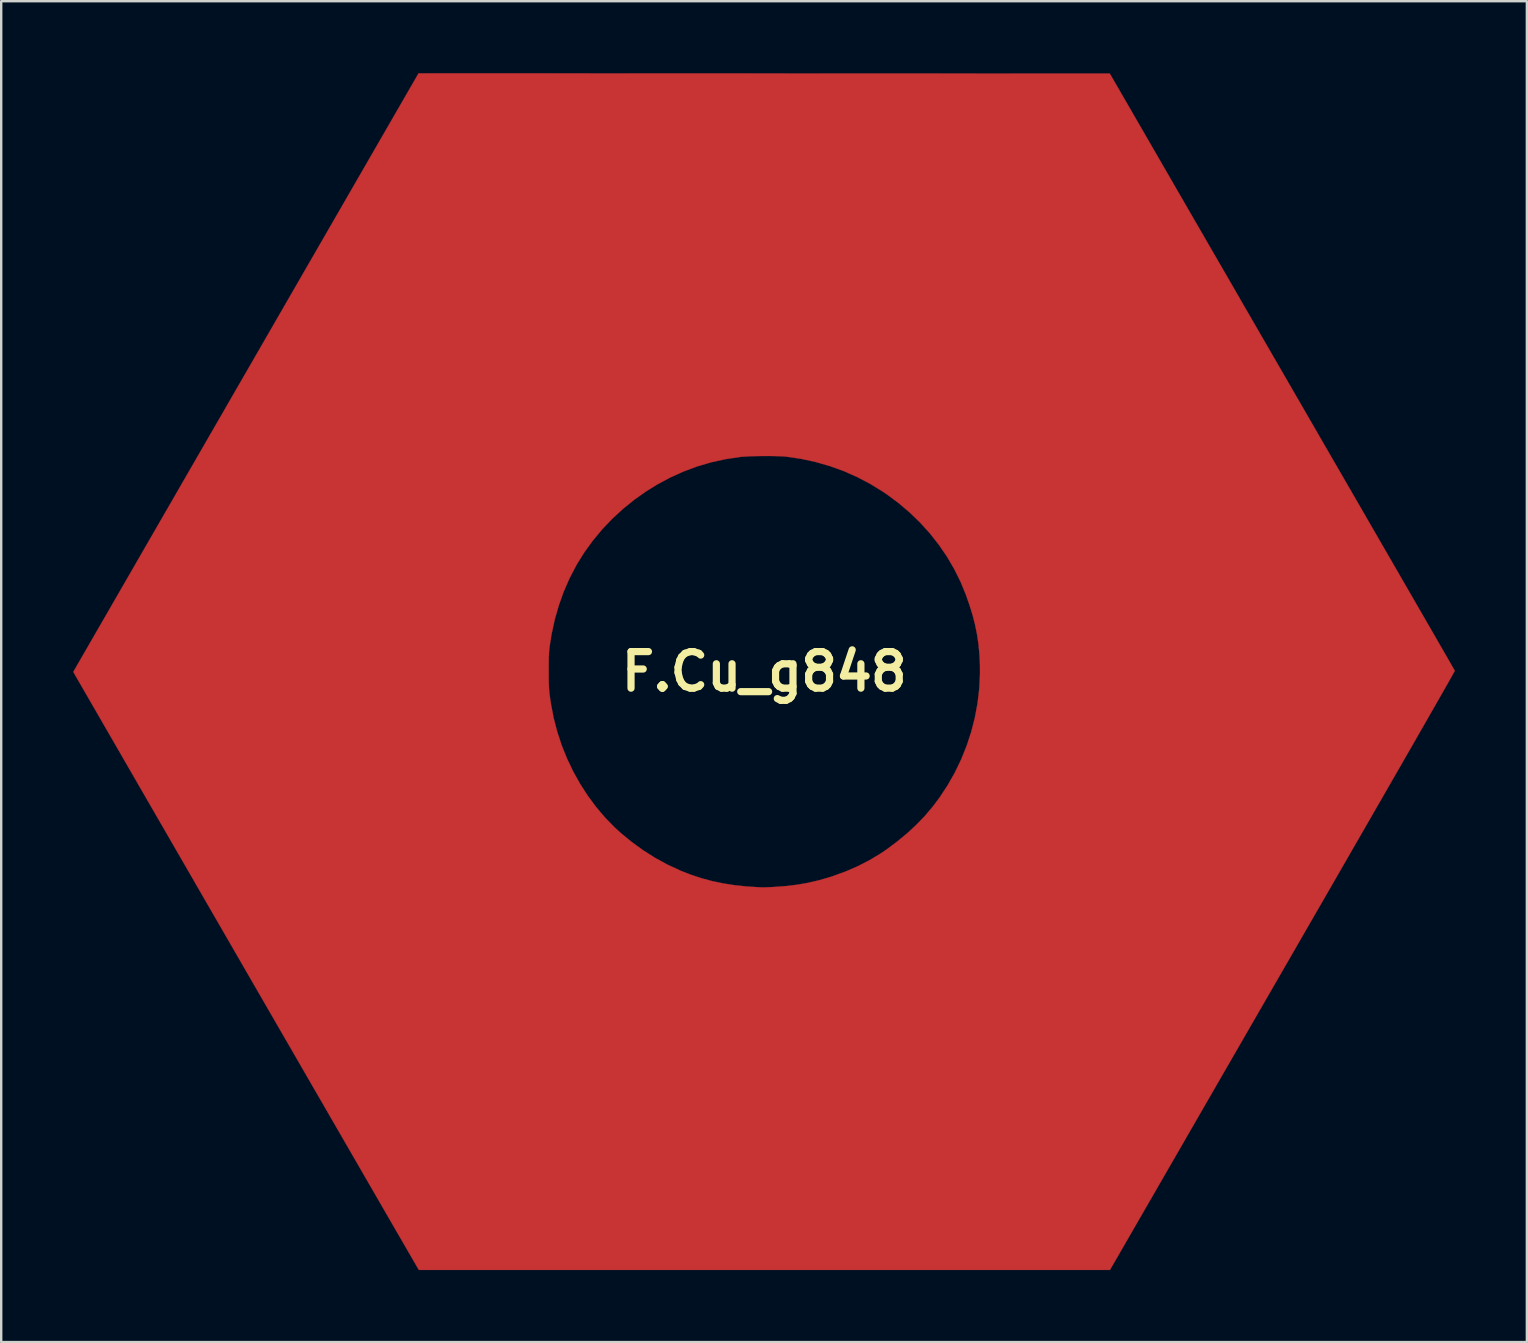
<source format=kicad_pcb>
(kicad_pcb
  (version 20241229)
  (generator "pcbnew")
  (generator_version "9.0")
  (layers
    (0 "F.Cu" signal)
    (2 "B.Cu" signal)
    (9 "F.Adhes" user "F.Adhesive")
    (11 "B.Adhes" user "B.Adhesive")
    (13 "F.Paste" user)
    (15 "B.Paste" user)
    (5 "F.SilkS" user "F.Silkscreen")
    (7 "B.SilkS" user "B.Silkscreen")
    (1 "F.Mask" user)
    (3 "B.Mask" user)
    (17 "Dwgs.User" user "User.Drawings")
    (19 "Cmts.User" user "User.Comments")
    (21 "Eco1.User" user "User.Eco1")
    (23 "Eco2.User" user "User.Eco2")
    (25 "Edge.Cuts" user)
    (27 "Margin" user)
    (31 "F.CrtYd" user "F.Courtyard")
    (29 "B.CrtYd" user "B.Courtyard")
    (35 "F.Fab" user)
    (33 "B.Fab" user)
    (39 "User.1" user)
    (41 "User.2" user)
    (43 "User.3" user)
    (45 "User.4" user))
  (footprint "F.Cu_g848"
    (layer "F.Cu")
    (at 28.799 24.939)
    (property "Reference" "F.Cu_g848" (at 0 0 0) (layer "F.SilkS") (effects (font (size 1.524 1.524) (thickness 0.3))))
    (attr through_hole)
    (fp_poly (pts (xy -0.003 -24.929) (xy 14.4 -24.924) (xy 17.831 -18.986) (xy 18.132 -18.467) (xy 18.451 -17.914) (xy 18.788 -17.331) (xy 19.14 -16.723) (xy 19.505 -16.092) (xy 19.88 -15.441) (xy 20.265 -14.775) (xy 20.657 -14.097) (xy 21.054 -13.411) (xy 21.454 -12.719) (xy 21.854 -12.026) (xy 22.254 -11.335) (xy 22.65 -10.649) (xy 23.041 -9.973) (xy 23.425 -9.308) (xy 23.8 -8.66) (xy 24.163 -8.032) (xy 24.513 -7.426) (xy 24.848 -6.847) (xy 25.014 -6.56) (xy 25.294 -6.074) (xy 25.57 -5.597) (xy 25.839 -5.131) (xy 26.101 -4.677) (xy 26.356 -4.237) (xy 26.602 -3.81) (xy 26.839 -3.4) (xy 27.066 -3.007) (xy 27.282 -2.632) (xy 27.487 -2.277) (xy 27.68 -1.943) (xy 27.86 -1.631) (xy 28.026 -1.343) (xy 28.177 -1.08) (xy 28.314 -0.844) (xy 28.434 -0.635) (xy 28.537 -0.455) (xy 28.623 -0.306) (xy 28.691 -0.188) (xy 28.74 -0.103) (xy 28.769 -0.052) (xy 28.777 -0.036) (xy 28.768 -0.016) (xy 28.737 0.041) (xy 28.685 0.135) (xy 28.613 0.264) (xy 28.52 0.428) (xy 28.406 0.628) (xy 28.272 0.864) (xy 28.118 1.134) (xy 27.944 1.438) (xy 27.75 1.777) (xy 27.537 2.15) (xy 27.303 2.557) (xy 27.051 2.998) (xy 26.778 3.472) (xy 26.487 3.979) (xy 26.177 4.518) (xy 25.848 5.091) (xy 25.5 5.695) (xy 25.133 6.332) (xy 24.748 7.001) (xy 24.345 7.701) (xy 23.924 8.432) (xy 23.485 9.195) (xy 23.027 9.988) (xy 22.552 10.811) (xy 22.06 11.666) (xy 21.598 12.466) (xy 14.407 24.934) (xy -14.392 24.934) (xy -14.422 24.887) (xy -14.435 24.866) (xy -14.467 24.809) (xy -14.52 24.718) (xy -14.592 24.594) (xy -14.682 24.438) (xy -14.79 24.251) (xy -14.915 24.035) (xy -15.057 23.789) (xy -15.215 23.517) (xy -15.388 23.218) (xy -15.575 22.894) (xy -15.776 22.546) (xy -15.991 22.175) (xy -16.217 21.783) (xy -16.456 21.37) (xy -16.706 20.938) (xy -16.966 20.487) (xy -17.236 20.02) (xy -17.515 19.537) (xy -17.803 19.039) (xy -18.099 18.527) (xy -18.401 18.003) (xy -18.711 17.468) (xy -19.026 16.923) (xy -19.346 16.369) (xy -19.67 15.807) (xy -19.999 15.239) (xy -20.331 14.665) (xy -20.665 14.087) (xy -21.001 13.505) (xy -21.338 12.922) (xy -21.675 12.338) (xy -22.013 11.754) (xy -22.349 11.171) (xy -22.684 10.592) (xy -23.017 10.016) (xy -23.347 9.445) (xy -23.673 8.88) (xy -23.995 8.322) (xy -24.312 7.773) (xy -24.624 7.233) (xy -24.93 6.704) (xy -25.229 6.187) (xy -25.52 5.683) (xy -25.803 5.193) (xy -26.077 4.719) (xy -26.341 4.261) (xy -26.596 3.82) (xy -26.839 3.399) (xy -27.071 2.997) (xy -27.291 2.617) (xy -27.498 2.259) (xy -27.691 1.924) (xy -27.87 1.614) (xy -28.034 1.33) (xy -28.183 1.072) (xy -28.315 0.843) (xy -28.431 0.642) (xy -28.529 0.473) (xy -28.609 0.334) (xy -28.67 0.229) (xy -28.711 0.157) (xy -28.732 0.12) (xy -28.735 0.116) (xy -28.794 0.009) (xy -28.752 -0.064) (xy -8.984 -0.064) (xy -8.984 0.159) (xy -8.982 0.347) (xy -8.978 0.51) (xy -8.972 0.655) (xy -8.962 0.792) (xy -8.948 0.928) (xy -8.929 1.073) (xy -8.906 1.233) (xy -8.888 1.352) (xy -8.776 1.936) (xy -8.626 2.512) (xy -8.439 3.078) (xy -8.216 3.631) (xy -7.96 4.167) (xy -7.671 4.683) (xy -7.352 5.178) (xy -7.003 5.648) (xy -6.627 6.09) (xy -6.224 6.502) (xy -5.99 6.716) (xy -5.529 7.096) (xy -5.045 7.447) (xy -4.544 7.764) (xy -4.03 8.045) (xy -3.509 8.287) (xy -3.465 8.306) (xy -3.035 8.473) (xy -2.603 8.614) (xy -2.165 8.732) (xy -1.713 8.826) (xy -1.243 8.9) (xy -0.747 8.953) (xy -0.221 8.986) (xy -0.074 8.992) (xy -0.026 8.992) (xy 0.056 8.99) (xy 0.163 8.986) (xy 0.287 8.981) (xy 0.413 8.974) (xy 0.903 8.938) (xy 1.366 8.882) (xy 1.813 8.804) (xy 2.254 8.702) (xy 2.701 8.574) (xy 2.868 8.52) (xy 3.399 8.327) (xy 3.909 8.104) (xy 4.393 7.855) (xy 4.848 7.581) (xy 5.102 7.409) (xy 5.552 7.072) (xy 5.964 6.731) (xy 6.342 6.381) (xy 6.691 6.018) (xy 7.014 5.637) (xy 7.306 5.249) (xy 7.643 4.738) (xy 7.944 4.206) (xy 8.209 3.655) (xy 8.437 3.087) (xy 8.627 2.506) (xy 8.778 1.914) (xy 8.89 1.313) (xy 8.961 0.706) (xy 8.991 0.096) (xy 8.989 -0.286) (xy 8.968 -0.724) (xy 8.928 -1.143) (xy 8.868 -1.551) (xy 8.786 -1.956) (xy 8.68 -2.367) (xy 8.548 -2.792) (xy 8.399 -3.217) (xy 8.174 -3.761) (xy 7.91 -4.289) (xy 7.61 -4.8) (xy 7.275 -5.29) (xy 6.905 -5.759) (xy 6.502 -6.205) (xy 6.068 -6.626) (xy 5.604 -7.02) (xy 5.112 -7.386) (xy 4.958 -7.49) (xy 4.429 -7.817) (xy 3.882 -8.105) (xy 3.318 -8.355) (xy 2.738 -8.565) (xy 2.144 -8.736) (xy 1.535 -8.868) (xy 0.931 -8.957) (xy 0.807 -8.968) (xy 0.648 -8.976) (xy 0.463 -8.982) (xy 0.259 -8.985) (xy 0.044 -8.985) (xy -0.175 -8.984) (xy -0.389 -8.98) (xy -0.591 -8.973) (xy -0.773 -8.964) (xy -0.928 -8.954) (xy -1.005 -8.946) (xy -1.618 -8.854) (xy -2.215 -8.722) (xy -2.797 -8.551) (xy -3.365 -8.34) (xy -3.92 -8.089) (xy -4.462 -7.798) (xy -4.911 -7.52) (xy -5.414 -7.165) (xy -5.891 -6.779) (xy -6.34 -6.365) (xy -6.758 -5.926) (xy -7.143 -5.462) (xy -7.495 -4.976) (xy -7.81 -4.471) (xy -7.836 -4.424) (xy -8.113 -3.893) (xy -8.355 -3.34) (xy -8.56 -2.767) (xy -8.73 -2.175) (xy -8.862 -1.567) (xy -8.936 -1.101) (xy -8.95 -0.993) (xy -8.961 -0.893) (xy -8.969 -0.794) (xy -8.976 -0.687) (xy -8.98 -0.566) (xy -8.982 -0.424) (xy -8.984 -0.254) (xy -8.984 -0.064) (xy -28.752 -0.064) (xy -27.824 -1.673) (xy -27.714 -1.863) (xy -27.584 -2.088) (xy -27.435 -2.346) (xy -27.268 -2.636) (xy -27.083 -2.957) (xy -26.881 -3.307) (xy -26.664 -3.683) (xy -26.432 -4.085) (xy -26.186 -4.512) (xy -25.928 -4.96) (xy -25.657 -5.43) (xy -25.375 -5.918) (xy -25.083 -6.425) (xy -24.781 -6.947) (xy -24.472 -7.484) (xy -24.155 -8.034) (xy -23.831 -8.595) (xy -23.502 -9.166) (xy -23.168 -9.745) (xy -22.83 -10.33) (xy -22.489 -10.921) (xy -22.147 -11.515) (xy -21.803 -12.111) (xy -21.459 -12.707) (xy -21.116 -13.301) (xy -20.775 -13.893) (xy -20.436 -14.48) (xy -20.101 -15.061) (xy -19.77 -15.635) (xy -19.445 -16.199) (xy -19.126 -16.752) (xy -18.814 -17.293) (xy -18.51 -17.82) (xy -18.215 -18.331) (xy -17.93 -18.825) (xy -17.656 -19.3) (xy -17.393 -19.755) (xy -17.144 -20.188) (xy -16.907 -20.598) (xy -16.747 -20.876) (xy -14.406 -24.934) (xy -0.003 -24.929)) (stroke (width 0.01) (type solid)) (fill yes) (layer "F.Cu")))
  (gr_rect
    (start -3 -3)
    (end 60.581 52.879)
    (stroke (width 0.1) (type default))
    (fill no)
    (layer "Edge.Cuts")))
</source>
